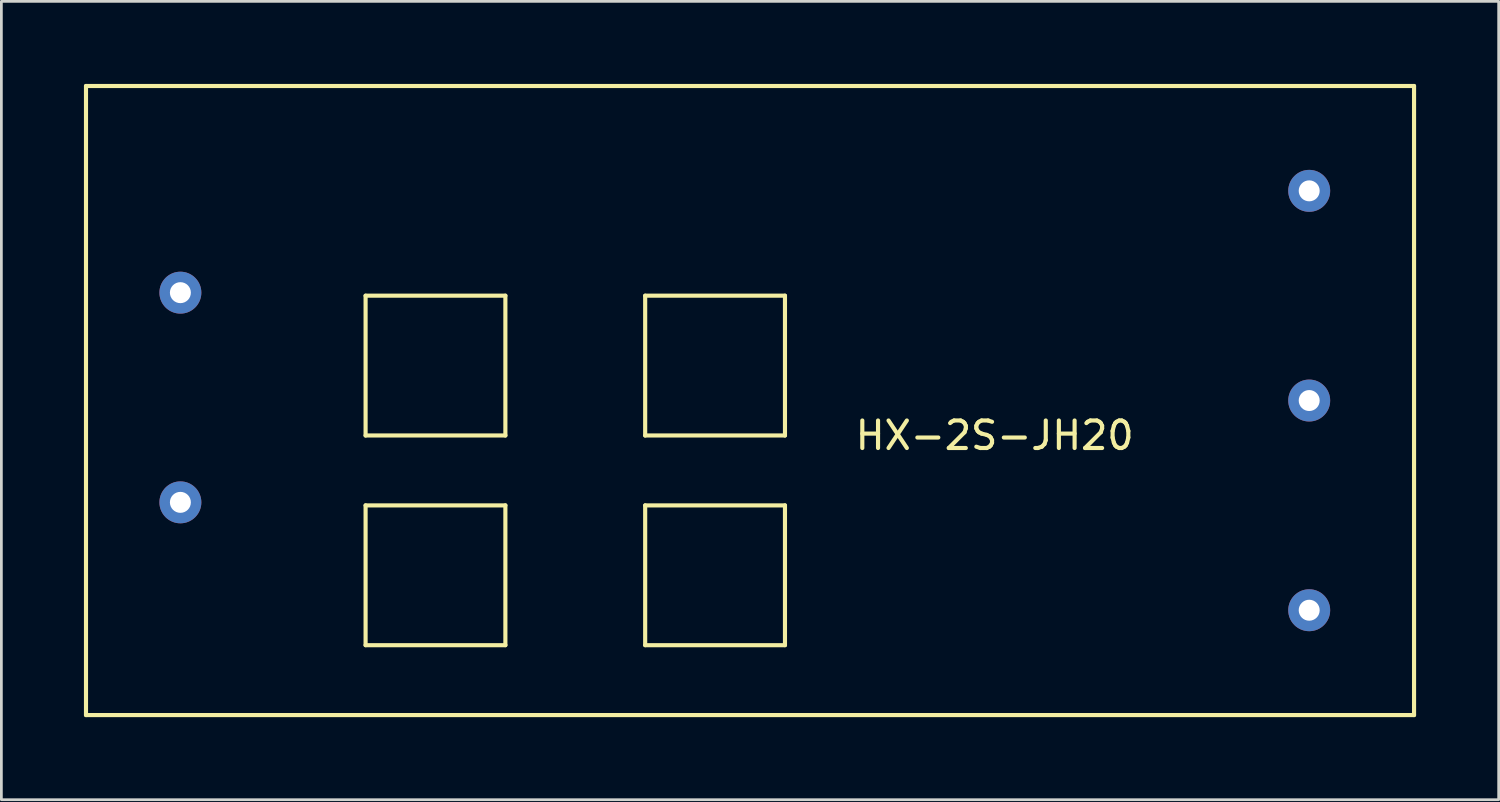
<source format=kicad_pcb>
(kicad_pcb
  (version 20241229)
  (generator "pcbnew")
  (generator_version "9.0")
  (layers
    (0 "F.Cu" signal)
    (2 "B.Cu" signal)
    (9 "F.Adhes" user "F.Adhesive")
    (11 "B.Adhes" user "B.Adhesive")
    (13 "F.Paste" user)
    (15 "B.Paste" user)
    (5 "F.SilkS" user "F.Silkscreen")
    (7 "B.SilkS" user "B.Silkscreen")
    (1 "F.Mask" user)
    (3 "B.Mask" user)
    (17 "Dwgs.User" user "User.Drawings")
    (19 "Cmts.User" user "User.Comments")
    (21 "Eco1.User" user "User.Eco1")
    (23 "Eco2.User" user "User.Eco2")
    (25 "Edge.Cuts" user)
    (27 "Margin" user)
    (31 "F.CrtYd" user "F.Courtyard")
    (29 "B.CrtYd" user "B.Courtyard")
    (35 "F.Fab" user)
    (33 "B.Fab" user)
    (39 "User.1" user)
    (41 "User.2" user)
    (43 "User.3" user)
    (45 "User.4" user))
  (footprint "HX-2S-JH20"
    (layer "F.Cu")
    (at 24.205 11.505)
    (property "Reference" "HX-2S-JH20" (at 8.89 1.27 0) (layer "F.SilkS") (effects (font (size 1 1) (thickness 0.15))))
    (attr through_hole)
    (fp_line (start -24.13 -11.43) (end 24.13 -11.43) (stroke (width 0.15) (type solid)) (layer "F.SilkS"))
    (fp_line (start -24.13 11.43) (end -24.13 -11.43) (stroke (width 0.15) (type solid)) (layer "F.SilkS"))
    (fp_line (start -13.97 -3.81) (end -13.97 1.27) (stroke (width 0.15) (type solid)) (layer "F.SilkS"))
    (fp_line (start -13.97 1.27) (end -8.89 1.27) (stroke (width 0.15) (type solid)) (layer "F.SilkS"))
    (fp_line (start -13.97 3.81) (end -13.97 8.89) (stroke (width 0.15) (type solid)) (layer "F.SilkS"))
    (fp_line (start -13.97 8.89) (end -8.89 8.89) (stroke (width 0.15) (type solid)) (layer "F.SilkS"))
    (fp_line (start -8.89 -3.81) (end -13.97 -3.81) (stroke (width 0.15) (type solid)) (layer "F.SilkS"))
    (fp_line (start -8.89 1.27) (end -8.89 -3.81) (stroke (width 0.15) (type solid)) (layer "F.SilkS"))
    (fp_line (start -8.89 3.81) (end -13.97 3.81) (stroke (width 0.15) (type solid)) (layer "F.SilkS"))
    (fp_line (start -8.89 8.89) (end -8.89 3.81) (stroke (width 0.15) (type solid)) (layer "F.SilkS"))
    (fp_line (start -3.81 -3.81) (end -3.81 1.27) (stroke (width 0.15) (type solid)) (layer "F.SilkS"))
    (fp_line (start -3.81 1.27) (end 1.27 1.27) (stroke (width 0.15) (type solid)) (layer "F.SilkS"))
    (fp_line (start -3.81 3.81) (end -3.81 8.89) (stroke (width 0.15) (type solid)) (layer "F.SilkS"))
    (fp_line (start -3.81 8.89) (end 1.27 8.89) (stroke (width 0.15) (type solid)) (layer "F.SilkS"))
    (fp_line (start 1.27 -3.81) (end -3.81 -3.81) (stroke (width 0.15) (type solid)) (layer "F.SilkS"))
    (fp_line (start 1.27 1.27) (end 1.27 -3.81) (stroke (width 0.15) (type solid)) (layer "F.SilkS"))
    (fp_line (start 1.27 3.81) (end -3.81 3.81) (stroke (width 0.15) (type solid)) (layer "F.SilkS"))
    (fp_line (start 1.27 8.89) (end 1.27 3.81) (stroke (width 0.15) (type solid)) (layer "F.SilkS"))
    (fp_line (start 24.13 -11.43) (end 24.13 11.43) (stroke (width 0.15) (type solid)) (layer "F.SilkS"))
    (fp_line (start 24.13 11.43) (end -24.13 11.43) (stroke (width 0.15) (type solid)) (layer "F.SilkS"))
    (pad "1" thru_hole circle (at -20.7 3.7) (size 1.524 1.524) (drill 0.762) (layers "*.Cu" "*.Mask"))
    (pad "2" thru_hole circle (at -20.7 -3.92) (size 1.524 1.524) (drill 0.762) (layers "*.Cu" "*.Mask"))
    (pad "3" thru_hole circle (at 20.32 7.62) (size 1.524 1.524) (drill 0.762) (layers "*.Cu" "*.Mask"))
    (pad "4" thru_hole circle (at 20.32 0) (size 1.524 1.524) (drill 0.762) (layers "*.Cu" "*.Mask"))
    (pad "5" thru_hole circle (at 20.32 -7.62) (size 1.524 1.524) (drill 0.762) (layers "*.Cu" "*.Mask")))
  (gr_rect
    (start -3 -3)
    (end 51.41 26.01)
    (stroke (width 0.1) (type default))
    (fill no)
    (layer "Edge.Cuts")))
</source>
